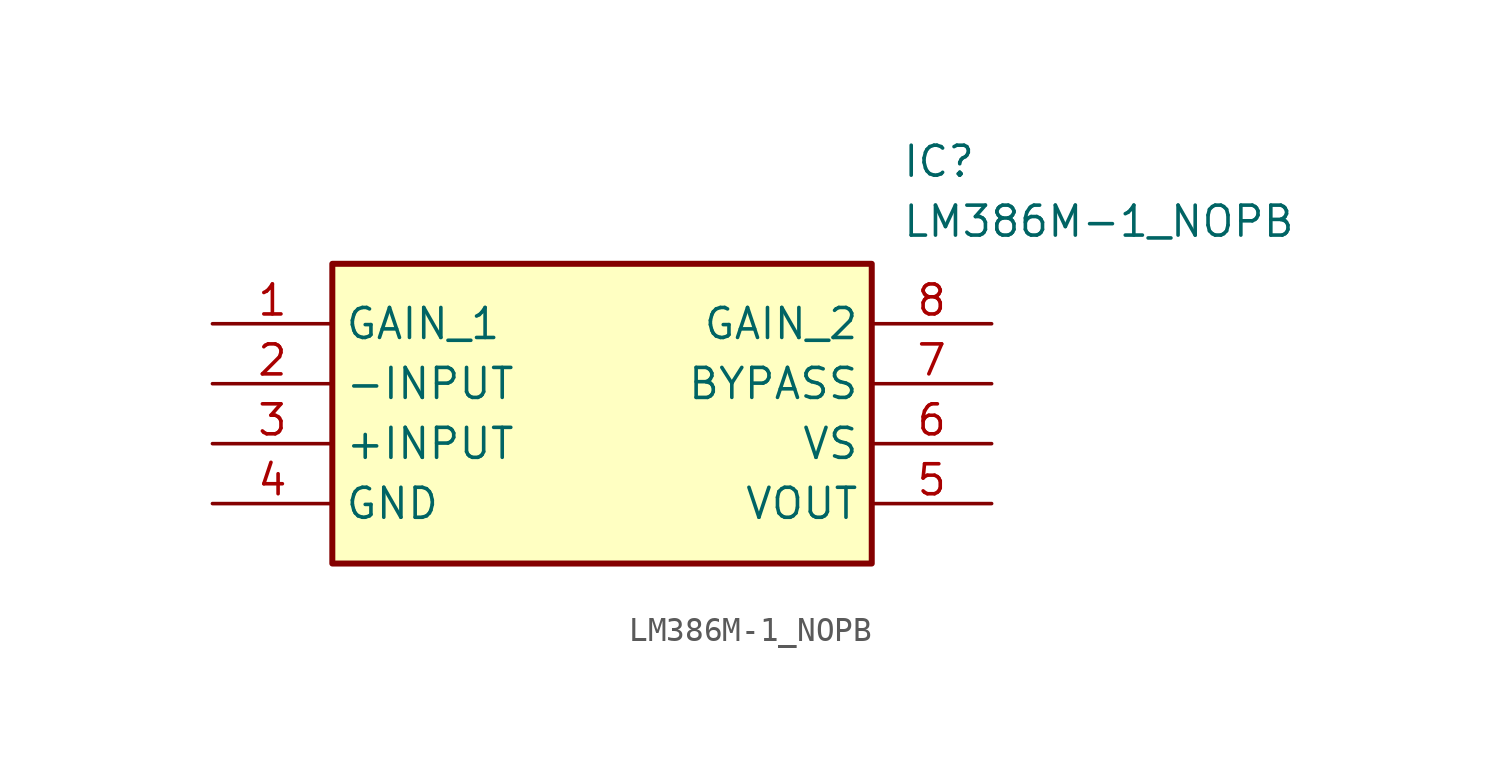
<source format=kicad_sym>
(kicad_symbol_lib
  (version 20211014)
  (generator SamacSys_ECAD_Model)
  (symbol "LM386M-1_NOPB"
    (property "Reference" "IC"
      (at 29.21 7.62 0)
      (effects (font (size 1.27 1.27)) (justify left top)))
    (property "Value" "LM386M-1_NOPB"
      (at 29.21 5.08 0)
      (effects (font (size 1.27 1.27)) (justify left top)))
    (rectangle
      (start 5.08 2.54)
      (end 27.94 -10.16)
      (stroke (width 0.254) (type default))
      (fill (type background)))
    (pin passive line
      (at 0 0 0)
      (length 5.08)
      (name "GAIN_1" (effects (font (size 1.27 1.27))))
      (number "1" (effects (font (size 1.27 1.27)))))
    (pin passive line
      (at 0 -2.54 0)
      (length 5.08)
      (name "-INPUT" (effects (font (size 1.27 1.27))))
      (number "2" (effects (font (size 1.27 1.27)))))
    (pin passive line
      (at 0 -5.08 0)
      (length 5.08)
      (name "+INPUT" (effects (font (size 1.27 1.27))))
      (number "3" (effects (font (size 1.27 1.27)))))
    (pin passive line
      (at 0 -7.62 0)
      (length 5.08)
      (name "GND" (effects (font (size 1.27 1.27))))
      (number "4" (effects (font (size 1.27 1.27)))))
    (pin passive line
      (at 33.02 0 180)
      (length 5.08)
      (name "GAIN_2" (effects (font (size 1.27 1.27))))
      (number "8" (effects (font (size 1.27 1.27)))))
    (pin passive line
      (at 33.02 -2.54 180)
      (length 5.08)
      (name "BYPASS" (effects (font (size 1.27 1.27))))
      (number "7" (effects (font (size 1.27 1.27)))))
    (pin passive line
      (at 33.02 -5.08 180)
      (length 5.08)
      (name "VS" (effects (font (size 1.27 1.27))))
      (number "6" (effects (font (size 1.27 1.27)))))
    (pin passive line
      (at 33.02 -7.62 180)
      (length 5.08)
      (name "VOUT" (effects (font (size 1.27 1.27))))
      (number "5" (effects (font (size 1.27 1.27)))))))
</source>
